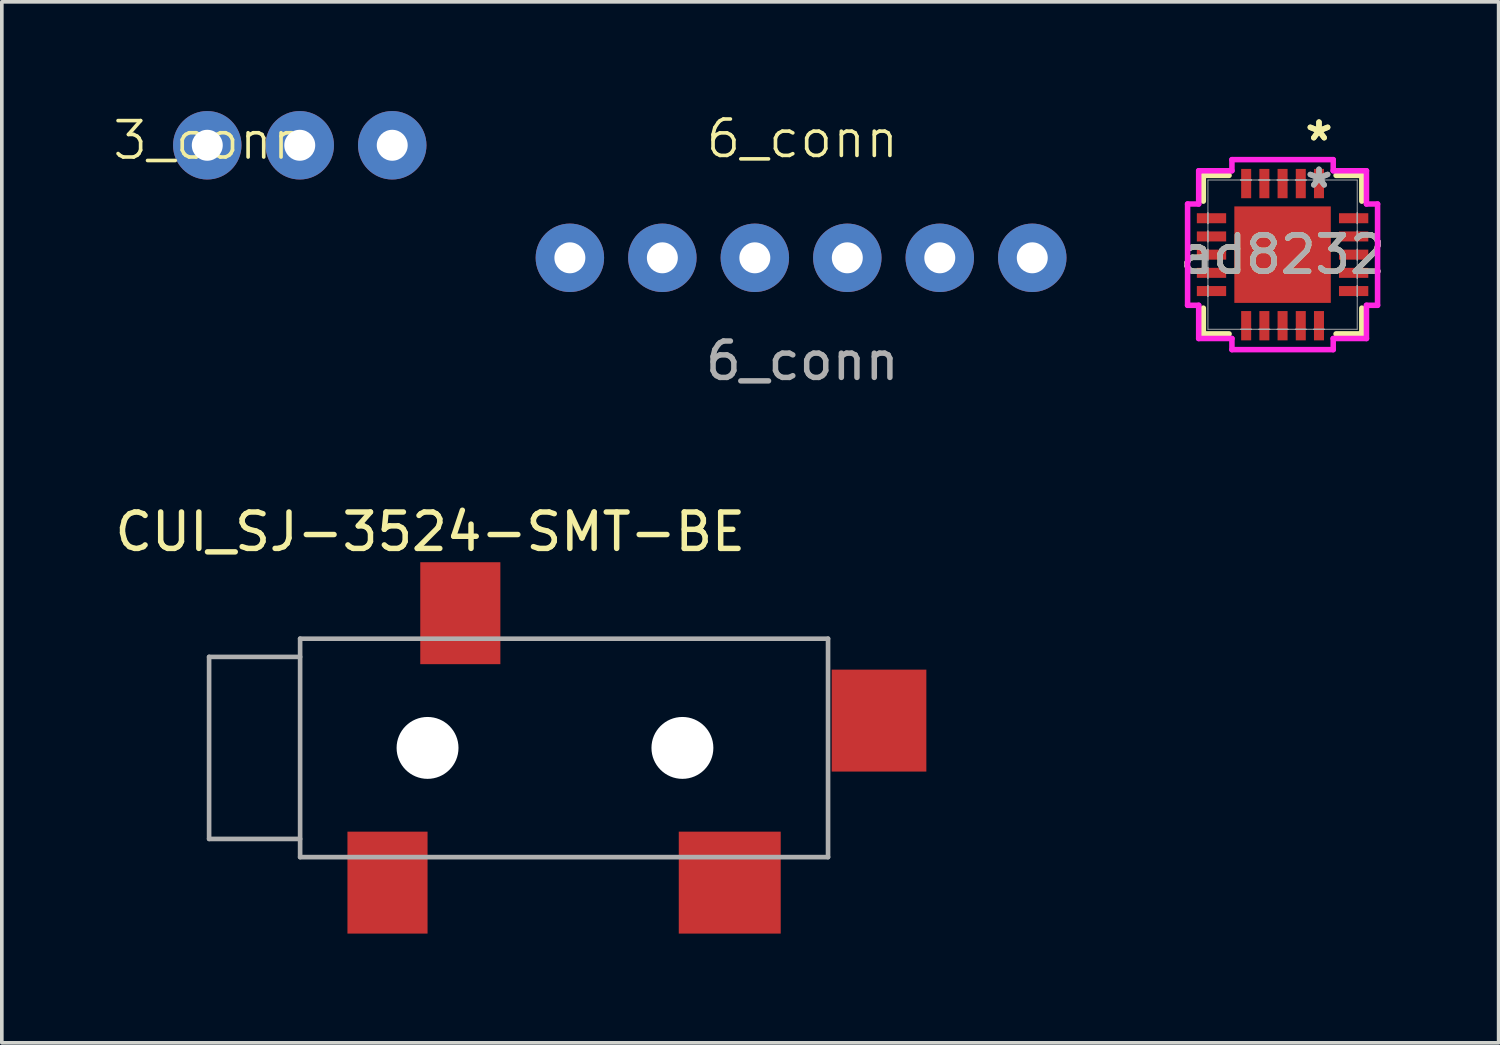
<source format=kicad_pcb>
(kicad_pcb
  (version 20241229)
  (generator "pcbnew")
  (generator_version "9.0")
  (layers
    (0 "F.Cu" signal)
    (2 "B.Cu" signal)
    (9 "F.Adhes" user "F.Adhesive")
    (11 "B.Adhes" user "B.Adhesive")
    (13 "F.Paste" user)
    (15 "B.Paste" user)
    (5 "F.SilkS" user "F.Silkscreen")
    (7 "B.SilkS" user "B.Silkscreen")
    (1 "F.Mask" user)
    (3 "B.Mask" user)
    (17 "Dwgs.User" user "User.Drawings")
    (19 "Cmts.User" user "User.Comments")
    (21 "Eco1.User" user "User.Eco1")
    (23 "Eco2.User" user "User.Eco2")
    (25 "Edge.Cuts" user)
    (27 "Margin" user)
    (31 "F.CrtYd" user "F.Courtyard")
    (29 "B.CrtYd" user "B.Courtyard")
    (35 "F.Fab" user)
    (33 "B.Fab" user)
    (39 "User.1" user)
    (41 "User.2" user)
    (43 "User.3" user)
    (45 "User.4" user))
  (footprint "6_conn"
    (layer "F.Cu")
    (at 18.987 4.361)
    (property "Reference" "6_conn" (at 0 -3.6 0) (unlocked yes) (layer "F.SilkS") (effects (font (size 1 1) (thickness 0.1))))
    (attr smd)
    (fp_poly (pts (xy -6.639 -0.076) (xy -6.131 -0.076) (xy -6.131 -0.584) (xy -6.639 -0.584)) (stroke (width 0.1) (type default)) (fill no) (layer "F.Fab"))
    (fp_poly (pts (xy -4.099 -0.076) (xy -3.591 -0.076) (xy -3.591 -0.584) (xy -4.099 -0.584)) (stroke (width 0.1) (type default)) (fill no) (layer "F.Fab"))
    (fp_poly (pts (xy -1.559 -0.076) (xy -1.051 -0.076) (xy -1.051 -0.584) (xy -1.559 -0.584)) (stroke (width 0.1) (type default)) (fill no) (layer "F.Fab"))
    (fp_poly (pts (xy 0.981 -0.076) (xy 1.489 -0.076) (xy 1.489 -0.584) (xy 0.981 -0.584)) (stroke (width 0.1) (type default)) (fill no) (layer "F.Fab"))
    (fp_poly (pts (xy 3.521 -0.076) (xy 4.029 -0.076) (xy 4.029 -0.584) (xy 3.521 -0.584)) (stroke (width 0.1) (type default)) (fill no) (layer "F.Fab"))
    (fp_poly (pts (xy 6.061 -0.076) (xy 6.569 -0.076) (xy 6.569 -0.584) (xy 6.061 -0.584)) (stroke (width 0.1) (type default)) (fill no) (layer "F.Fab"))
    (fp_text user "${REFERENCE}" (at 0 2.5 0) (unlocked yes) (layer "F.Fab") (effects (font (size 1 1) (thickness 0.15))))
    (pad "1" thru_hole circle (at -6.385 -0.33 90) (size 1.88 1.88) (drill 0.85) (layers "*.Cu" "*.Mask"))
    (pad "2" thru_hole circle (at -3.845 -0.33 90) (size 1.88 1.88) (drill 0.85) (layers "*.Cu" "*.Mask"))
    (pad "3" thru_hole circle (at -1.305 -0.33 90) (size 1.88 1.88) (drill 0.85) (layers "*.Cu" "*.Mask"))
    (pad "4" thru_hole circle (at 1.235 -0.33 90) (size 1.88 1.88) (drill 0.85) (layers "*.Cu" "*.Mask"))
    (pad "5" thru_hole circle (at 3.775 -0.33 90) (size 1.88 1.88) (drill 0.85) (layers "*.Cu" "*.Mask"))
    (pad "6" thru_hole circle (at 6.315 -0.33 90) (size 1.88 1.88) (drill 0.85) (layers "*.Cu" "*.Mask")))
  (footprint "3_conn"
    (layer "F.Cu")
    (at 5.193 1.305)
    (property "Reference" "3_conn" (at -2.5 -0.5 0) (unlocked yes) (layer "F.SilkS") (effects (font (size 1 1) (thickness 0.1))))
    (attr smd)
    (fp_poly (pts (xy -2.804 -0.111) (xy -2.296 -0.111) (xy -2.296 -0.619) (xy -2.804 -0.619)) (stroke (width 0.1) (type default)) (fill no) (layer "F.Fab"))
    (fp_poly (pts (xy -0.264 -0.111) (xy 0.244 -0.111) (xy 0.244 -0.619) (xy -0.264 -0.619)) (stroke (width 0.1) (type default)) (fill no) (layer "F.Fab"))
    (fp_poly (pts (xy 2.276 -0.111) (xy 2.784 -0.111) (xy 2.784 -0.619) (xy 2.276 -0.619)) (stroke (width 0.1) (type default)) (fill no) (layer "F.Fab"))
    (pad "1" thru_hole circle (at -2.55 -0.365 90) (size 1.88 1.88) (drill 0.85) (layers "*.Cu" "*.Mask"))
    (pad "2" thru_hole circle (at -0.01 -0.365 90) (size 1.88 1.88) (drill 0.85) (layers "*.Cu" "*.Mask"))
    (pad "3" thru_hole circle (at 2.53 -0.365 90) (size 1.88 1.88) (drill 0.85) (layers "*.Cu" "*.Mask")))
  (footprint "ad8232"
    (layer "F.Cu")
    (at 32.177 3.944)
    (property "Reference" "ad8232" (at 0 0 0) (unlocked yes) (layer "F.SilkS") (effects (font (size 1 1) (thickness 0.15))))
    (attr smd)
    (fp_line (start -2.177 -2.177) (end -2.177 -1.47) (stroke (width 0.152) (type solid)) (layer "F.SilkS"))
    (fp_line (start -2.177 1.47) (end -2.177 2.177) (stroke (width 0.152) (type solid)) (layer "F.SilkS"))
    (fp_line (start -2.177 2.177) (end -1.47 2.177) (stroke (width 0.152) (type solid)) (layer "F.SilkS"))
    (fp_line (start -1.47 -2.177) (end -2.177 -2.177) (stroke (width 0.152) (type solid)) (layer "F.SilkS"))
    (fp_line (start 1.47 2.177) (end 2.177 2.177) (stroke (width 0.152) (type solid)) (layer "F.SilkS"))
    (fp_line (start 2.177 -2.177) (end 1.47 -2.177) (stroke (width 0.152) (type solid)) (layer "F.SilkS"))
    (fp_line (start 2.177 -1.47) (end 2.177 -2.177) (stroke (width 0.152) (type solid)) (layer "F.SilkS"))
    (fp_line (start 2.177 2.177) (end 2.177 1.47) (stroke (width 0.152) (type solid)) (layer "F.SilkS"))
    (fp_poly (pts (xy -1.225 -1.225) (xy -1.225 -0.1) (xy -0.1 -0.1) (xy -0.1 -1.225)) (stroke (width 0) (type solid)) (fill yes) (layer "F.Paste"))
    (fp_poly (pts (xy -1.225 0.1) (xy -1.225 1.225) (xy -0.1 1.225) (xy -0.1 0.1)) (stroke (width 0) (type solid)) (fill yes) (layer "F.Paste"))
    (fp_poly (pts (xy 0.1 -1.225) (xy 0.1 -0.1) (xy 1.225 -0.1) (xy 1.225 -1.225)) (stroke (width 0) (type solid)) (fill yes) (layer "F.Paste"))
    (fp_poly (pts (xy 0.1 0.1) (xy 0.1 1.225) (xy 1.225 1.225) (xy 1.225 0.1)) (stroke (width 0) (type solid)) (fill yes) (layer "F.Paste"))
    (fp_line (start -2.609 -1.391) (end -2.304 -1.391) (stroke (width 0.152) (type solid)) (layer "F.CrtYd"))
    (fp_line (start -2.609 1.391) (end -2.609 -1.391) (stroke (width 0.152) (type solid)) (layer "F.CrtYd"))
    (fp_line (start -2.304 -2.304) (end -1.391 -2.304) (stroke (width 0.152) (type solid)) (layer "F.CrtYd"))
    (fp_line (start -2.304 -1.391) (end -2.304 -2.304) (stroke (width 0.152) (type solid)) (layer "F.CrtYd"))
    (fp_line (start -2.304 1.391) (end -2.609 1.391) (stroke (width 0.152) (type solid)) (layer "F.CrtYd"))
    (fp_line (start -2.304 2.304) (end -2.304 1.391) (stroke (width 0.152) (type solid)) (layer "F.CrtYd"))
    (fp_line (start -1.391 -2.609) (end 1.391 -2.609) (stroke (width 0.152) (type solid)) (layer "F.CrtYd"))
    (fp_line (start -1.391 -2.304) (end -1.391 -2.609) (stroke (width 0.152) (type solid)) (layer "F.CrtYd"))
    (fp_line (start -1.391 2.304) (end -2.304 2.304) (stroke (width 0.152) (type solid)) (layer "F.CrtYd"))
    (fp_line (start -1.391 2.609) (end -1.391 2.304) (stroke (width 0.152) (type solid)) (layer "F.CrtYd"))
    (fp_line (start 1.391 -2.609) (end 1.391 -2.304) (stroke (width 0.152) (type solid)) (layer "F.CrtYd"))
    (fp_line (start 1.391 -2.304) (end 2.304 -2.304) (stroke (width 0.152) (type solid)) (layer "F.CrtYd"))
    (fp_line (start 1.391 2.304) (end 1.391 2.609) (stroke (width 0.152) (type solid)) (layer "F.CrtYd"))
    (fp_line (start 1.391 2.609) (end -1.391 2.609) (stroke (width 0.152) (type solid)) (layer "F.CrtYd"))
    (fp_line (start 2.304 -2.304) (end 2.304 -1.391) (stroke (width 0.152) (type solid)) (layer "F.CrtYd"))
    (fp_line (start 2.304 -1.391) (end 2.609 -1.391) (stroke (width 0.152) (type solid)) (layer "F.CrtYd"))
    (fp_line (start 2.304 1.391) (end 2.304 2.304) (stroke (width 0.152) (type solid)) (layer "F.CrtYd"))
    (fp_line (start 2.304 2.304) (end 1.391 2.304) (stroke (width 0.152) (type solid)) (layer "F.CrtYd"))
    (fp_line (start 2.609 -1.391) (end 2.609 1.391) (stroke (width 0.152) (type solid)) (layer "F.CrtYd"))
    (fp_line (start 2.609 1.391) (end 2.304 1.391) (stroke (width 0.152) (type solid)) (layer "F.CrtYd"))
    (fp_line (start -2.05 -2.05) (end -2.05 2.05) (stroke (width 0.025) (type solid)) (layer "F.Fab"))
    (fp_line (start -2.05 -1.15) (end -2.05 -1.15) (stroke (width 0.025) (type solid)) (layer "F.Fab"))
    (fp_line (start -2.05 -1.15) (end -2.05 -0.85) (stroke (width 0.025) (type solid)) (layer "F.Fab"))
    (fp_line (start -2.05 -0.85) (end -2.05 -1.15) (stroke (width 0.025) (type solid)) (layer "F.Fab"))
    (fp_line (start -2.05 -0.85) (end -2.05 -0.85) (stroke (width 0.025) (type solid)) (layer "F.Fab"))
    (fp_line (start -2.05 -0.65) (end -2.05 -0.65) (stroke (width 0.025) (type solid)) (layer "F.Fab"))
    (fp_line (start -2.05 -0.65) (end -2.05 -0.35) (stroke (width 0.025) (type solid)) (layer "F.Fab"))
    (fp_line (start -2.05 -0.35) (end -2.05 -0.65) (stroke (width 0.025) (type solid)) (layer "F.Fab"))
    (fp_line (start -2.05 -0.35) (end -2.05 -0.35) (stroke (width 0.025) (type solid)) (layer "F.Fab"))
    (fp_line (start -2.05 -0.15) (end -2.05 -0.15) (stroke (width 0.025) (type solid)) (layer "F.Fab"))
    (fp_line (start -2.05 -0.15) (end -2.05 0.15) (stroke (width 0.025) (type solid)) (layer "F.Fab"))
    (fp_line (start -2.05 0.15) (end -2.05 -0.15) (stroke (width 0.025) (type solid)) (layer "F.Fab"))
    (fp_line (start -2.05 0.15) (end -2.05 0.15) (stroke (width 0.025) (type solid)) (layer "F.Fab"))
    (fp_line (start -2.05 0.35) (end -2.05 0.35) (stroke (width 0.025) (type solid)) (layer "F.Fab"))
    (fp_line (start -2.05 0.35) (end -2.05 0.65) (stroke (width 0.025) (type solid)) (layer "F.Fab"))
    (fp_line (start -2.05 0.65) (end -2.05 0.35) (stroke (width 0.025) (type solid)) (layer "F.Fab"))
    (fp_line (start -2.05 0.65) (end -2.05 0.65) (stroke (width 0.025) (type solid)) (layer "F.Fab"))
    (fp_line (start -2.05 0.85) (end -2.05 0.85) (stroke (width 0.025) (type solid)) (layer "F.Fab"))
    (fp_line (start -2.05 0.85) (end -2.05 1.15) (stroke (width 0.025) (type solid)) (layer "F.Fab"))
    (fp_line (start -2.05 1.15) (end -2.05 0.85) (stroke (width 0.025) (type solid)) (layer "F.Fab"))
    (fp_line (start -2.05 1.15) (end -2.05 1.15) (stroke (width 0.025) (type solid)) (layer "F.Fab"))
    (fp_line (start -2.05 2.05) (end 2.05 2.05) (stroke (width 0.025) (type solid)) (layer "F.Fab"))
    (fp_line (start -1.15 -2.05) (end -1.15 -2.05) (stroke (width 0.025) (type solid)) (layer "F.Fab"))
    (fp_line (start -1.15 -2.05) (end -0.85 -2.05) (stroke (width 0.025) (type solid)) (layer "F.Fab"))
    (fp_line (start -1.15 2.05) (end -1.15 2.05) (stroke (width 0.025) (type solid)) (layer "F.Fab"))
    (fp_line (start -1.15 2.05) (end -0.85 2.05) (stroke (width 0.025) (type solid)) (layer "F.Fab"))
    (fp_line (start -0.85 -2.05) (end -1.15 -2.05) (stroke (width 0.025) (type solid)) (layer "F.Fab"))
    (fp_line (start -0.85 -2.05) (end -0.85 -2.05) (stroke (width 0.025) (type solid)) (layer "F.Fab"))
    (fp_line (start -0.85 2.05) (end -1.15 2.05) (stroke (width 0.025) (type solid)) (layer "F.Fab"))
    (fp_line (start -0.85 2.05) (end -0.85 2.05) (stroke (width 0.025) (type solid)) (layer "F.Fab"))
    (fp_line (start -0.65 -2.05) (end -0.65 -2.05) (stroke (width 0.025) (type solid)) (layer "F.Fab"))
    (fp_line (start -0.65 -2.05) (end -0.35 -2.05) (stroke (width 0.025) (type solid)) (layer "F.Fab"))
    (fp_line (start -0.65 2.05) (end -0.65 2.05) (stroke (width 0.025) (type solid)) (layer "F.Fab"))
    (fp_line (start -0.65 2.05) (end -0.35 2.05) (stroke (width 0.025) (type solid)) (layer "F.Fab"))
    (fp_line (start -0.35 -2.05) (end -0.65 -2.05) (stroke (width 0.025) (type solid)) (layer "F.Fab"))
    (fp_line (start -0.35 -2.05) (end -0.35 -2.05) (stroke (width 0.025) (type solid)) (layer "F.Fab"))
    (fp_line (start -0.35 2.05) (end -0.65 2.05) (stroke (width 0.025) (type solid)) (layer "F.Fab"))
    (fp_line (start -0.35 2.05) (end -0.35 2.05) (stroke (width 0.025) (type solid)) (layer "F.Fab"))
    (fp_line (start -0.15 -2.05) (end -0.15 -2.05) (stroke (width 0.025) (type solid)) (layer "F.Fab"))
    (fp_line (start -0.15 -2.05) (end 0.15 -2.05) (stroke (width 0.025) (type solid)) (layer "F.Fab"))
    (fp_line (start -0.15 2.05) (end -0.15 2.05) (stroke (width 0.025) (type solid)) (layer "F.Fab"))
    (fp_line (start -0.15 2.05) (end 0.15 2.05) (stroke (width 0.025) (type solid)) (layer "F.Fab"))
    (fp_line (start 0.15 -2.05) (end -0.15 -2.05) (stroke (width 0.025) (type solid)) (layer "F.Fab"))
    (fp_line (start 0.15 -2.05) (end 0.15 -2.05) (stroke (width 0.025) (type solid)) (layer "F.Fab"))
    (fp_line (start 0.15 2.05) (end -0.15 2.05) (stroke (width 0.025) (type solid)) (layer "F.Fab"))
    (fp_line (start 0.15 2.05) (end 0.15 2.05) (stroke (width 0.025) (type solid)) (layer "F.Fab"))
    (fp_line (start 0.35 -2.05) (end 0.35 -2.05) (stroke (width 0.025) (type solid)) (layer "F.Fab"))
    (fp_line (start 0.35 -2.05) (end 0.65 -2.05) (stroke (width 0.025) (type solid)) (layer "F.Fab"))
    (fp_line (start 0.35 2.05) (end 0.35 2.05) (stroke (width 0.025) (type solid)) (layer "F.Fab"))
    (fp_line (start 0.35 2.05) (end 0.65 2.05) (stroke (width 0.025) (type solid)) (layer "F.Fab"))
    (fp_line (start 0.65 -2.05) (end 0.35 -2.05) (stroke (width 0.025) (type solid)) (layer "F.Fab"))
    (fp_line (start 0.65 -2.05) (end 0.65 -2.05) (stroke (width 0.025) (type solid)) (layer "F.Fab"))
    (fp_line (start 0.65 2.05) (end 0.35 2.05) (stroke (width 0.025) (type solid)) (layer "F.Fab"))
    (fp_line (start 0.65 2.05) (end 0.65 2.05) (stroke (width 0.025) (type solid)) (layer "F.Fab"))
    (fp_line (start 0.85 -2.05) (end 0.85 -2.05) (stroke (width 0.025) (type solid)) (layer "F.Fab"))
    (fp_line (start 0.85 -2.05) (end 1.15 -2.05) (stroke (width 0.025) (type solid)) (layer "F.Fab"))
    (fp_line (start 0.85 2.05) (end 0.85 2.05) (stroke (width 0.025) (type solid)) (layer "F.Fab"))
    (fp_line (start 0.85 2.05) (end 1.15 2.05) (stroke (width 0.025) (type solid)) (layer "F.Fab"))
    (fp_line (start 1.15 -2.05) (end 0.85 -2.05) (stroke (width 0.025) (type solid)) (layer "F.Fab"))
    (fp_line (start 1.15 -2.05) (end 1.15 -2.05) (stroke (width 0.025) (type solid)) (layer "F.Fab"))
    (fp_line (start 1.15 2.05) (end 0.85 2.05) (stroke (width 0.025) (type solid)) (layer "F.Fab"))
    (fp_line (start 1.15 2.05) (end 1.15 2.05) (stroke (width 0.025) (type solid)) (layer "F.Fab"))
    (fp_line (start 2.05 -2.05) (end -2.05 -2.05) (stroke (width 0.025) (type solid)) (layer "F.Fab"))
    (fp_line (start 2.05 -1.15) (end 2.05 -1.15) (stroke (width 0.025) (type solid)) (layer "F.Fab"))
    (fp_line (start 2.05 -1.15) (end 2.05 -0.85) (stroke (width 0.025) (type solid)) (layer "F.Fab"))
    (fp_line (start 2.05 -0.85) (end 2.05 -1.15) (stroke (width 0.025) (type solid)) (layer "F.Fab"))
    (fp_line (start 2.05 -0.85) (end 2.05 -0.85) (stroke (width 0.025) (type solid)) (layer "F.Fab"))
    (fp_line (start 2.05 -0.65) (end 2.05 -0.65) (stroke (width 0.025) (type solid)) (layer "F.Fab"))
    (fp_line (start 2.05 -0.65) (end 2.05 -0.35) (stroke (width 0.025) (type solid)) (layer "F.Fab"))
    (fp_line (start 2.05 -0.35) (end 2.05 -0.65) (stroke (width 0.025) (type solid)) (layer "F.Fab"))
    (fp_line (start 2.05 -0.35) (end 2.05 -0.35) (stroke (width 0.025) (type solid)) (layer "F.Fab"))
    (fp_line (start 2.05 -0.15) (end 2.05 -0.15) (stroke (width 0.025) (type solid)) (layer "F.Fab"))
    (fp_line (start 2.05 -0.15) (end 2.05 0.15) (stroke (width 0.025) (type solid)) (layer "F.Fab"))
    (fp_line (start 2.05 0.15) (end 2.05 -0.15) (stroke (width 0.025) (type solid)) (layer "F.Fab"))
    (fp_line (start 2.05 0.15) (end 2.05 0.15) (stroke (width 0.025) (type solid)) (layer "F.Fab"))
    (fp_line (start 2.05 0.35) (end 2.05 0.35) (stroke (width 0.025) (type solid)) (layer "F.Fab"))
    (fp_line (start 2.05 0.35) (end 2.05 0.65) (stroke (width 0.025) (type solid)) (layer "F.Fab"))
    (fp_line (start 2.05 0.65) (end 2.05 0.35) (stroke (width 0.025) (type solid)) (layer "F.Fab"))
    (fp_line (start 2.05 0.65) (end 2.05 0.65) (stroke (width 0.025) (type solid)) (layer "F.Fab"))
    (fp_line (start 2.05 0.85) (end 2.05 0.85) (stroke (width 0.025) (type solid)) (layer "F.Fab"))
    (fp_line (start 2.05 0.85) (end 2.05 1.15) (stroke (width 0.025) (type solid)) (layer "F.Fab"))
    (fp_line (start 2.05 1.15) (end 2.05 0.85) (stroke (width 0.025) (type solid)) (layer "F.Fab"))
    (fp_line (start 2.05 1.15) (end 2.05 1.15) (stroke (width 0.025) (type solid)) (layer "F.Fab"))
    (fp_line (start 2.05 2.05) (end 2.05 -2.05) (stroke (width 0.025) (type solid)) (layer "F.Fab"))
    (fp_text user "*" (at 1 -3.095 0) (layer "F.SilkS") (effects (font (size 1 1) (thickness 0.15))))
    (fp_text user "*" (at 1 -3.095 0) (unlocked yes) (layer "F.SilkS") (effects (font (size 1 1) (thickness 0.15))))
    (fp_text user "*" (at 1 -1.8 0) (unlocked yes) (layer "F.Fab") (effects (font (size 1 1) (thickness 0.15))))
    (fp_text user "${REFERENCE}" (at 0 0 0) (unlocked yes) (layer "F.Fab") (effects (font (size 1 1) (thickness 0.15))))
    (fp_text user "*" (at 1 -1.8 0) (layer "F.Fab") (effects (font (size 1 1) (thickness 0.15))))
    (pad "1" smd rect (at 1 -1.952) (size 0.275 0.805) (layers "F.Cu" "F.Mask" "F.Paste"))
    (pad "2" smd rect (at 0.5 -1.952) (size 0.275 0.805) (layers "F.Cu" "F.Mask" "F.Paste"))
    (pad "3" smd rect (at 0 -1.952) (size 0.275 0.805) (layers "F.Cu" "F.Mask" "F.Paste"))
    (pad "4" smd rect (at -0.5 -1.952) (size 0.275 0.805) (layers "F.Cu" "F.Mask" "F.Paste"))
    (pad "5" smd rect (at -1 -1.952) (size 0.275 0.805) (layers "F.Cu" "F.Mask" "F.Paste"))
    (pad "6" smd rect (at -1.952 -1 90) (size 0.275 0.805) (layers "F.Cu" "F.Mask" "F.Paste"))
    (pad "7" smd rect (at -1.952 -0.5 90) (size 0.275 0.805) (layers "F.Cu" "F.Mask" "F.Paste"))
    (pad "8" smd rect (at -1.952 0 90) (size 0.275 0.805) (layers "F.Cu" "F.Mask" "F.Paste"))
    (pad "9" smd rect (at -1.952 0.5 90) (size 0.275 0.805) (layers "F.Cu" "F.Mask" "F.Paste"))
    (pad "10" smd rect (at -1.952 1 90) (size 0.275 0.805) (layers "F.Cu" "F.Mask" "F.Paste"))
    (pad "11" smd rect (at -1 1.952) (size 0.275 0.805) (layers "F.Cu" "F.Mask" "F.Paste"))
    (pad "12" smd rect (at -0.5 1.952) (size 0.275 0.805) (layers "F.Cu" "F.Mask" "F.Paste"))
    (pad "13" smd rect (at 0 1.952) (size 0.275 0.805) (layers "F.Cu" "F.Mask" "F.Paste"))
    (pad "14" smd rect (at 0.5 1.952) (size 0.275 0.805) (layers "F.Cu" "F.Mask" "F.Paste"))
    (pad "15" smd rect (at 1 1.952) (size 0.275 0.805) (layers "F.Cu" "F.Mask" "F.Paste"))
    (pad "16" smd rect (at 1.952 1 90) (size 0.275 0.805) (layers "F.Cu" "F.Mask" "F.Paste"))
    (pad "17" smd rect (at 1.952 0.5 90) (size 0.275 0.805) (layers "F.Cu" "F.Mask" "F.Paste"))
    (pad "18" smd rect (at 1.952 0 90) (size 0.275 0.805) (layers "F.Cu" "F.Mask" "F.Paste"))
    (pad "19" smd rect (at 1.952 -0.5 90) (size 0.275 0.805) (layers "F.Cu" "F.Mask" "F.Paste"))
    (pad "20" smd rect (at 1.952 -1 90) (size 0.275 0.805) (layers "F.Cu" "F.Mask" "F.Paste"))
    (pad "HTAB" smd rect (at 0 0) (size 2.65 2.65) (layers "F.Cu" "F.Mask" "F.Paste")))
  (footprint "CUI_SJ-3524-SMT-BE"
    (layer "F.Cu")
    (at 8.693 17.492)
    (property "Reference" "CUI_SJ-3524-SMT-BE" (at 0.075 -5.935 0) (layer "F.SilkS") (effects (font (size 1 1) (thickness 0.15))))
    (attr smd)
    (fp_line (start -6 -2.5) (end -6 2.5) (stroke (width 0.127) (type solid)) (layer "F.Fab"))
    (fp_line (start -6 2.5) (end -3.5 2.5) (stroke (width 0.127) (type solid)) (layer "F.Fab"))
    (fp_line (start -3.5 -3) (end 11 -3) (stroke (width 0.127) (type solid)) (layer "F.Fab"))
    (fp_line (start -3.5 -2.5) (end -6 -2.5) (stroke (width 0.127) (type solid)) (layer "F.Fab"))
    (fp_line (start -3.5 3) (end -3.5 -3) (stroke (width 0.127) (type solid)) (layer "F.Fab"))
    (fp_line (start 11 -3) (end 11 3) (stroke (width 0.127) (type solid)) (layer "F.Fab"))
    (fp_line (start 11 3) (end -3.5 3) (stroke (width 0.127) (type solid)) (layer "F.Fab"))
    (pad "" np_thru_hole circle (at 0 0) (size 1.7 1.7) (drill 1.7) (layers "*.Cu" "*.Mask"))
    (pad "" np_thru_hole circle (at 7 0) (size 1.7 1.7) (drill 1.7) (layers "*.Cu" "*.Mask"))
    (pad "1" smd rect (at -1.1 3.7) (size 2.2 2.8) (layers "F.Cu" "F.Mask" "F.Paste"))
    (pad "2" smd rect (at 8.3 3.7) (size 2.8 2.8) (layers "F.Cu" "F.Mask" "F.Paste"))
    (pad "3" smd rect (at 0.9 -3.7) (size 2.2 2.8) (layers "F.Cu" "F.Mask" "F.Paste"))
    (pad "4" smd rect (at 12.4 -0.75) (size 2.6 2.8) (layers "F.Cu" "F.Mask" "F.Paste")))
  (gr_rect
    (start -3 -3)
    (end 38.111 25.592)
    (stroke (width 0.1) (type default))
    (fill no)
    (layer "Edge.Cuts")))
</source>
